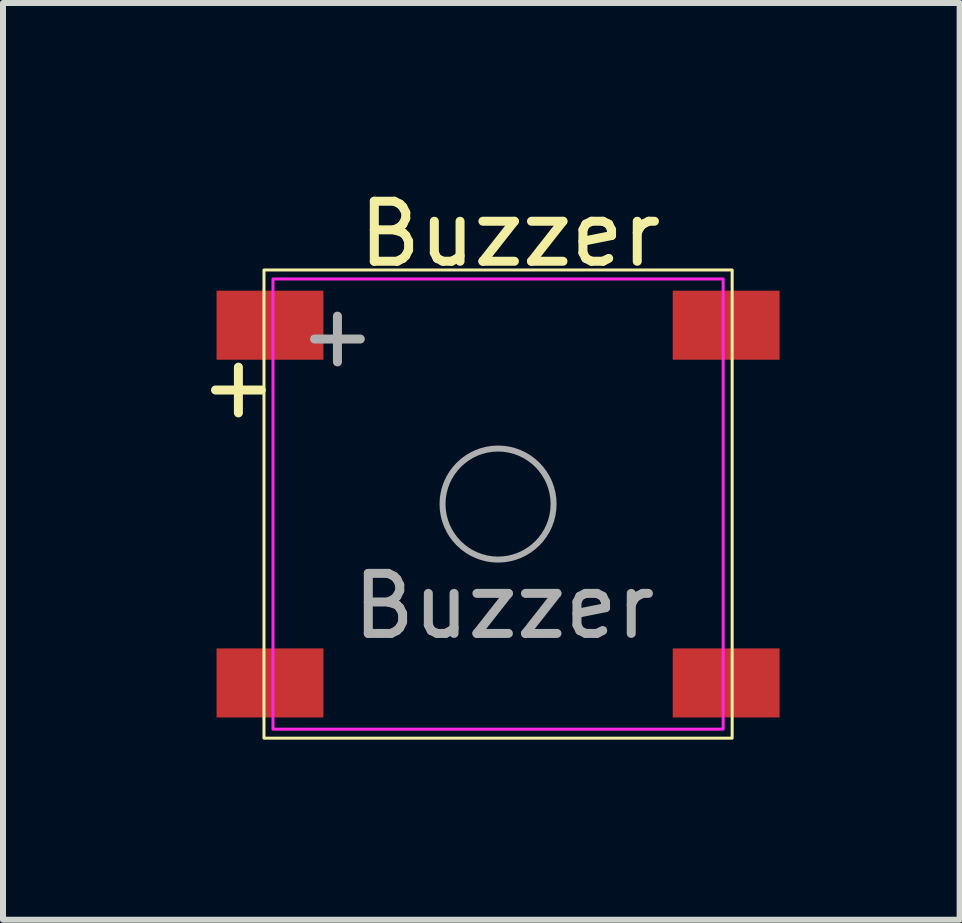
<source format=kicad_pcb>
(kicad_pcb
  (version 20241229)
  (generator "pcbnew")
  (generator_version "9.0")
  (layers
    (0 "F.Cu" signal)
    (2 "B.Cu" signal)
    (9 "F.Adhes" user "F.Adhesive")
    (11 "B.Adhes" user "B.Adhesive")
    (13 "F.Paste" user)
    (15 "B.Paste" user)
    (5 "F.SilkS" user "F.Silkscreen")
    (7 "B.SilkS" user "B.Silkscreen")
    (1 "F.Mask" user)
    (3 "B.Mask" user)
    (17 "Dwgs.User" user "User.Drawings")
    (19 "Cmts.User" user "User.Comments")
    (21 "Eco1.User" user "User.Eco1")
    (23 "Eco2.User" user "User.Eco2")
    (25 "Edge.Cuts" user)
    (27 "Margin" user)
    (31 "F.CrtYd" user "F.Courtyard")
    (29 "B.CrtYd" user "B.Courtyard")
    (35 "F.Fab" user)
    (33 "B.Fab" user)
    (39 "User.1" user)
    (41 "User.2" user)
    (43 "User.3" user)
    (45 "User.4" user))
  (footprint "Buzzer"
    (layer "F.Cu")
    (at 5.248 5.348)
    (property "Reference" "Buzzer" (at 0.2 -4.5 0) (layer "F.SilkS") (effects (font (size 1 1) (thickness 0.15))))
    (attr smd)
    (fp_rect (start -3.9 -3.9) (end 3.9 3.9) (stroke (width 0.05) (type solid)) (fill no) (layer "F.SilkS"))
    (fp_rect (start -3.75 -3.75) (end 3.75 3.75) (stroke (width 0.05) (type solid)) (fill no) (layer "F.CrtYd"))
    (fp_circle (center 0 0) (end 0.925 0) (stroke (width 0.1) (type solid)) (fill no) (layer "F.Fab"))
    (fp_text user "+" (at -4.4 -1.9 270) (layer "F.SilkS") (effects (font (size 1 1) (thickness 0.15))))
    (fp_text user "+" (at -2.75 -2.75 270) (layer "F.Fab") (effects (font (size 1 1) (thickness 0.15))))
    (fp_text user "${REFERENCE}" (at 0.1 1.7 0) (layer "F.Fab") (effects (font (size 1 1) (thickness 0.15))))
    (pad "1" smd rect (at -3.8 -2.98 270) (size 1.15 1.78) (layers "F.Cu" "F.Mask" "F.Paste"))
    (pad "1" smd rect (at 3.8 2.98 270) (size 1.15 1.78) (layers "F.Cu" "F.Mask" "F.Paste"))
    (pad "2" smd rect (at -3.8 2.98 270) (size 1.15 1.78) (layers "F.Cu" "F.Mask" "F.Paste"))
    (pad "2" smd rect (at 3.8 -2.98 270) (size 1.15 1.78) (layers "F.Cu" "F.Mask" "F.Paste")))
  (gr_rect
    (start -3 -3)
    (end 12.938 12.273)
    (stroke (width 0.1) (type default))
    (fill no)
    (layer "Edge.Cuts")))
</source>
